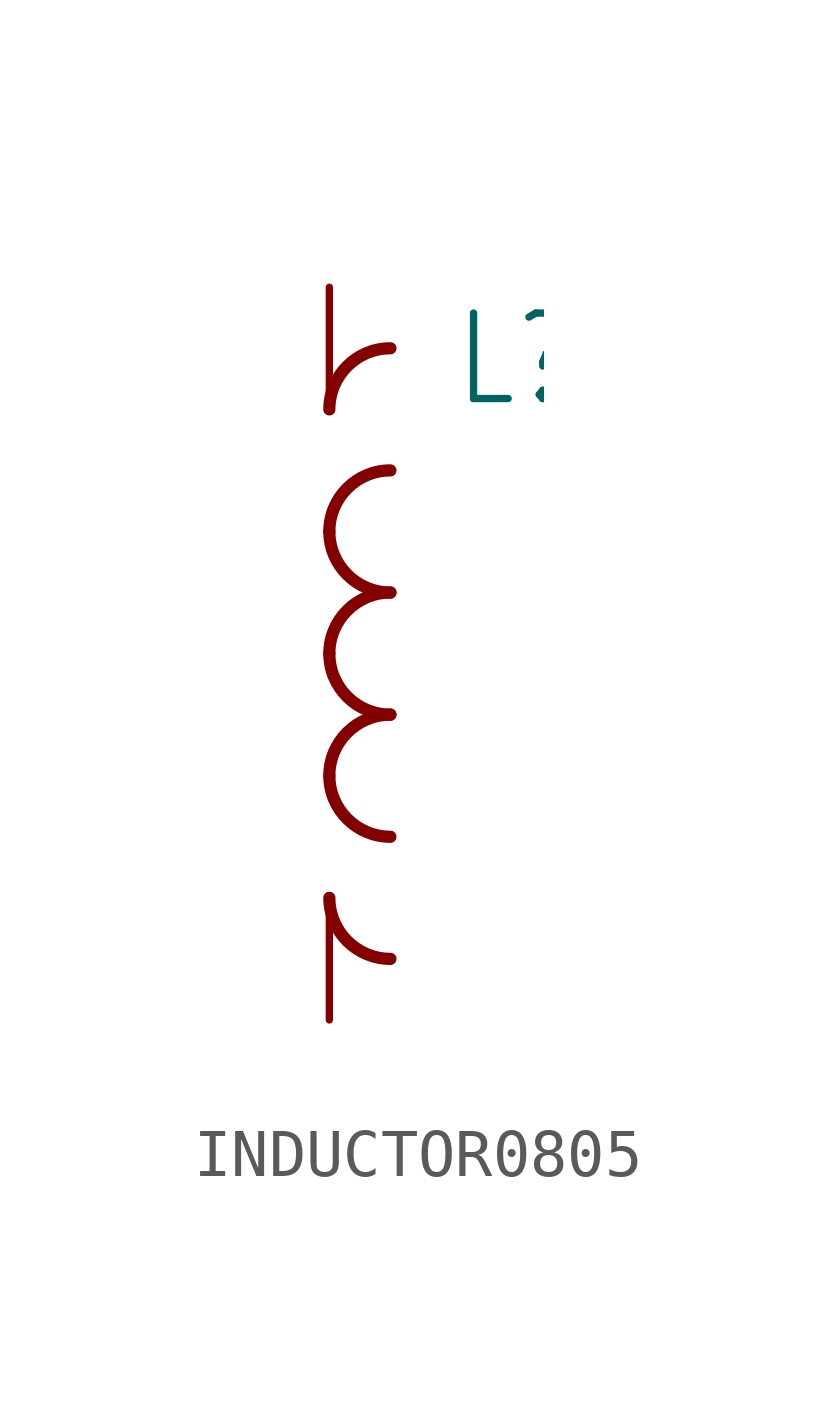
<source format=kicad_sym>
(kicad_symbol_lib
  (version 20241209)
  (generator "kicad_symbol_editor")
  (generator_version "9.0")
  (symbol "INDUCTOR0805"
    (property "Reference" "L"
      (at 2.54 5.08 0)
      (effects (font (size 1.778 1.511)) (justify left bottom)))
    (property "Value" ""
      (at 2.54 -5.08 0)
      (effects (font (size 1.778 1.511)) (justify left bottom)))
    (property "ki_locked" ""
      (at 0 0 0)
      (effects (font (size 1.27 1.27))))
    (symbol "INDUCTOR0805_1_0"
      (arc (start 0 5.08) (mid 0.372 5.978) (end 1.27 6.35) (stroke (width 0.254) (type solid)) (fill (type none)))
      (arc (start 0 2.54) (mid 0.372 3.438) (end 1.27 3.81) (stroke (width 0.254) (type solid)) (fill (type none)))
      (arc (start 1.27 1.27) (mid 0.372 1.642) (end 0 2.54) (stroke (width 0.254) (type solid)) (fill (type none)))
      (arc (start 0 0) (mid 0.372 0.898) (end 1.27 1.27) (stroke (width 0.254) (type solid)) (fill (type none)))
      (arc (start 1.27 -1.27) (mid 0.372 -0.898) (end 0 0) (stroke (width 0.254) (type solid)) (fill (type none)))
      (arc (start 0 -2.54) (mid 0.372 -1.642) (end 1.27 -1.27) (stroke (width 0.254) (type solid)) (fill (type none)))
      (arc (start 1.27 -3.81) (mid 0.372 -3.438) (end 0 -2.54) (stroke (width 0.254) (type solid)) (fill (type none)))
      (arc (start 1.27 -6.35) (mid 0.372 -5.978) (end 0 -5.08) (stroke (width 0.254) (type solid)) (fill (type none)))
      (pin passive line (at 0 7.62 270) (length 2.54) (name "1" (effects (font (size 0 0)))) (number "1" (effects (font (size 0 0)))))
      (pin passive line (at 0 -7.62 90) (length 2.54) (name "2" (effects (font (size 0 0)))) (number "2" (effects (font (size 0 0))))))))
</source>
